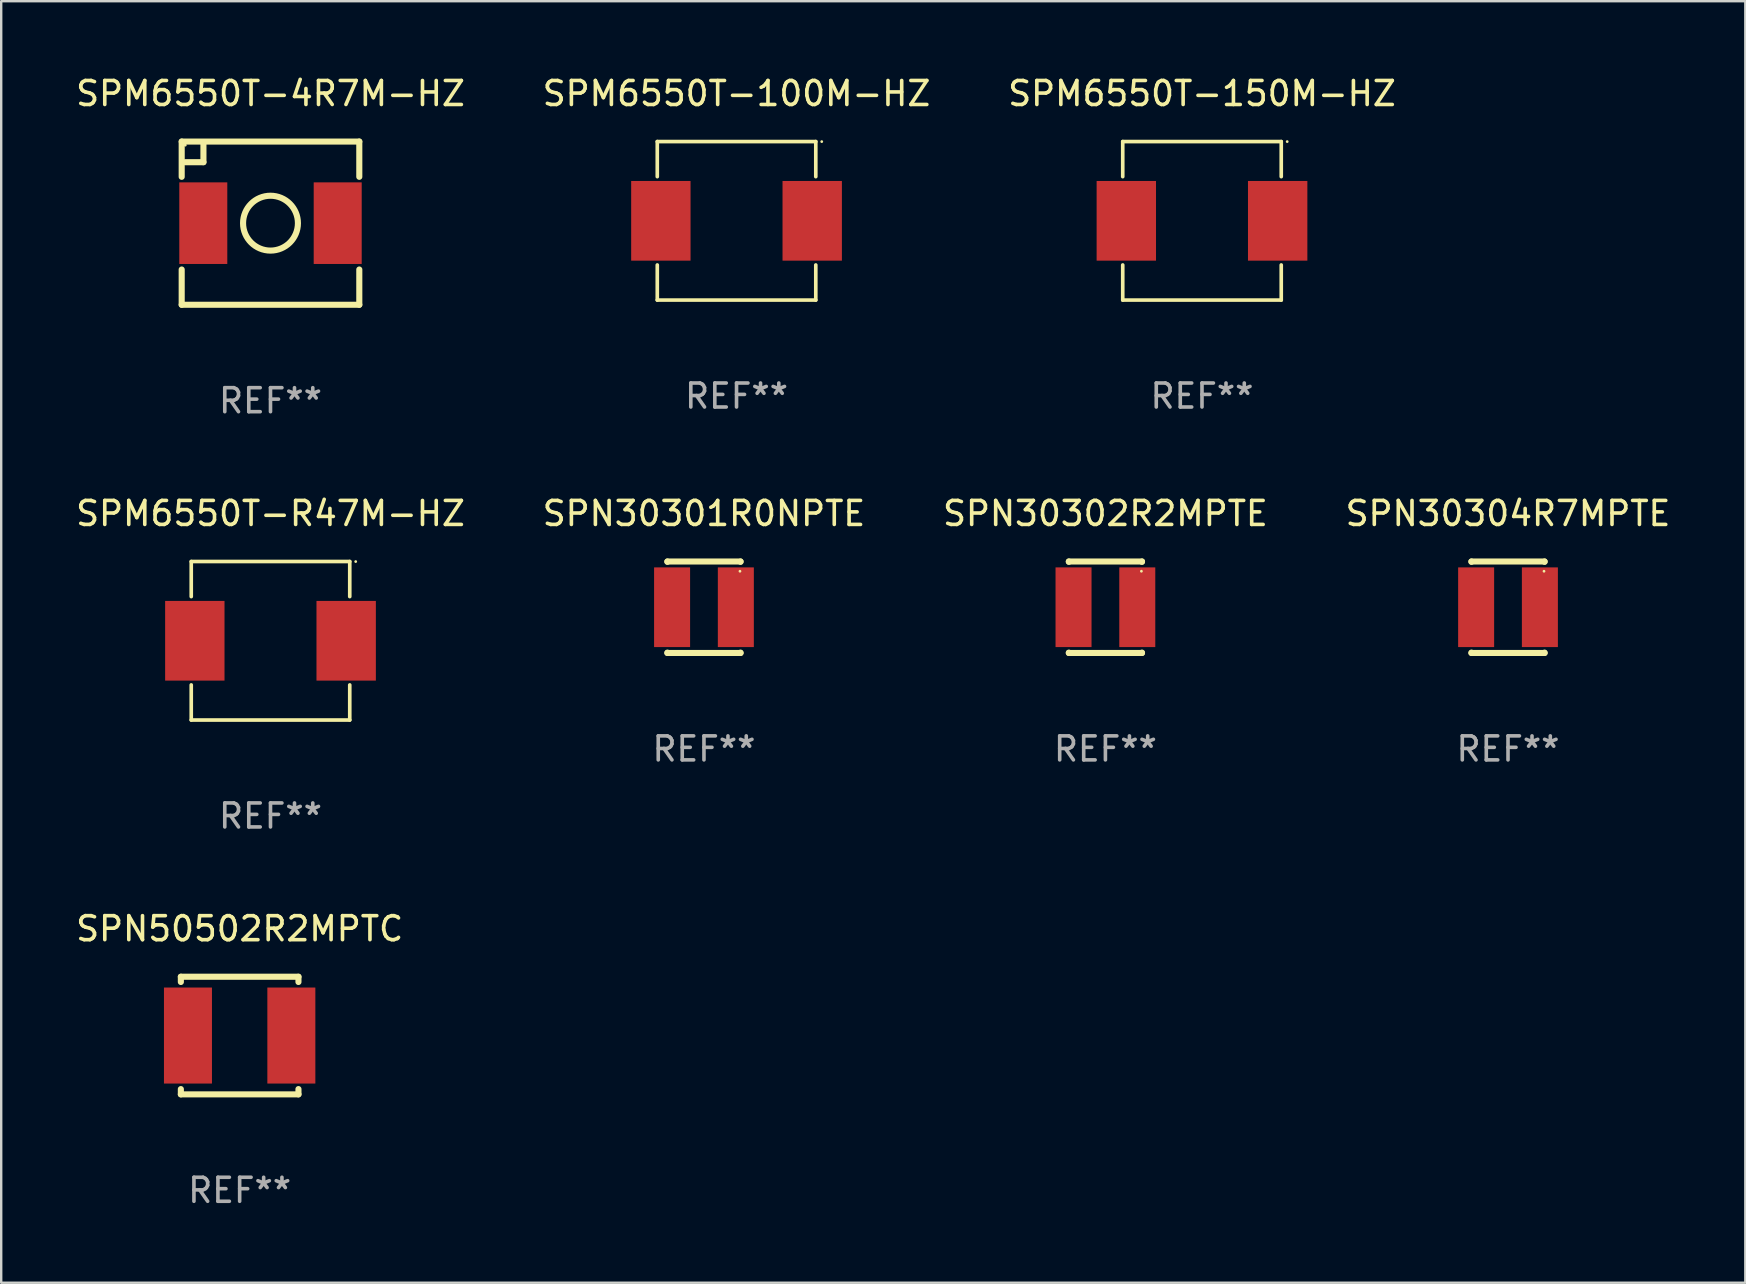
<source format=kicad_pcb>
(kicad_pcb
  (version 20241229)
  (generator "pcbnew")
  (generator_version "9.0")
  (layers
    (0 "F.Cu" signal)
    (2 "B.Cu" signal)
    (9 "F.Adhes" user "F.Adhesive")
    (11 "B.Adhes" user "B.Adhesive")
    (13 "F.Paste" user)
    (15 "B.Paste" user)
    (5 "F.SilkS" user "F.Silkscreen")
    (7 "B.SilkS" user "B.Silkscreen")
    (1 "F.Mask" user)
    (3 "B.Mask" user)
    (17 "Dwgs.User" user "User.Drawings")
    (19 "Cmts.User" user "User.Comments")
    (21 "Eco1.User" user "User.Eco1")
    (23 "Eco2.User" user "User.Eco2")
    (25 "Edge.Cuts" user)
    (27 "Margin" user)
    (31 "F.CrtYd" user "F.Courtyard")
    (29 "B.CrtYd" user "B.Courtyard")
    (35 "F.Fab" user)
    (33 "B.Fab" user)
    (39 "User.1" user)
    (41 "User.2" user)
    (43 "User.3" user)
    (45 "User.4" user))
  (footprint "SPM6550T-4R7M-HZ"
    (layer "F.Cu")
    (at 8.22 6.248)
    (property "Reference" "SPM6550T-4R7M-HZ" (at 0 -5.4 0) (layer "F.SilkS") (effects (font (size 1 1) (thickness 0.15))))
    (attr through_hole)
    (fp_line (start -3.7 -3.4) (end 3.7 -3.4) (stroke (width 0.254) (type solid)) (layer "F.SilkS"))
    (fp_line (start -3.7 -1.931) (end -3.7 -3.4) (stroke (width 0.254) (type solid)) (layer "F.SilkS"))
    (fp_line (start -3.7 3.4) (end -3.7 1.931) (stroke (width 0.254) (type solid)) (layer "F.SilkS"))
    (fp_line (start -2.794 -3.302) (end -2.794 -2.54) (stroke (width 0.254) (type solid)) (layer "F.SilkS"))
    (fp_line (start -2.794 -2.54) (end -3.556 -2.54) (stroke (width 0.254) (type solid)) (layer "F.SilkS"))
    (fp_line (start 3.7 -3.4) (end 3.7 -1.931) (stroke (width 0.254) (type solid)) (layer "F.SilkS"))
    (fp_line (start 3.7 1.931) (end 3.7 3.4) (stroke (width 0.254) (type solid)) (layer "F.SilkS"))
    (fp_line (start 3.7 3.4) (end -3.7 3.4) (stroke (width 0.254) (type solid)) (layer "F.SilkS"))
    (fp_circle (center -3.55 -3.25) (end -3.52 -3.25) (stroke (width 0.06) (type solid)) (fill no) (layer "F.SilkS"))
    (fp_circle (center 0 0) (end 1.143 0) (stroke (width 0.254) (type solid)) (fill no) (layer "F.SilkS"))
    (fp_text user "REF**" (at 0 7.4 0) (layer "F.Fab") (effects (font (size 1 1) (thickness 0.15))))
    (pad "1" smd rect (at -2.8 0) (size 2 3.4) (layers "F.Cu" "F.Mask" "F.Paste"))
    (pad "2" smd rect (at 2.8 0) (size 2 3.4) (layers "F.Cu" "F.Mask" "F.Paste")))
  (footprint "SPN30302R2MPTE"
    (layer "F.Cu")
    (at 43.006 22.25)
    (property "Reference" "SPN30302R2MPTE" (at 0 -3.905 0) (layer "F.SilkS") (effects (font (size 1 1) (thickness 0.15))))
    (attr through_hole)
    (fp_line (start -1.524 -1.905) (end 1.524 -1.905) (stroke (width 0.254) (type solid)) (layer "F.SilkS"))
    (fp_line (start -1.524 -1.891) (end -1.524 -1.905) (stroke (width 0.254) (type solid)) (layer "F.SilkS"))
    (fp_line (start -1.524 1.905) (end -1.524 1.891) (stroke (width 0.254) (type solid)) (layer "F.SilkS"))
    (fp_line (start -1.524 1.905) (end 1.524 1.905) (stroke (width 0.254) (type solid)) (layer "F.SilkS"))
    (fp_line (start 1.524 -1.905) (end 1.524 -1.891) (stroke (width 0.254) (type solid)) (layer "F.SilkS"))
    (fp_line (start 1.524 1.891) (end 1.524 1.905) (stroke (width 0.254) (type solid)) (layer "F.SilkS"))
    (fp_circle (center 1.5 -1.5) (end 1.53 -1.5) (stroke (width 0.06) (type solid)) (fill no) (layer "F.SilkS"))
    (fp_text user "REF**" (at 0 5.905 0) (layer "F.Fab") (effects (font (size 1 1) (thickness 0.15))))
    (pad "1" smd rect (at 1.328 0) (size 1.5 3.32) (layers "F.Cu" "F.Mask" "F.Paste"))
    (pad "2" smd rect (at -1.328 0) (size 1.5 3.32) (layers "F.Cu" "F.Mask" "F.Paste")))
  (footprint "SPN30304R7MPTE"
    (layer "F.Cu")
    (at 59.78 22.25)
    (property "Reference" "SPN30304R7MPTE" (at 0 -3.905 0) (layer "F.SilkS") (effects (font (size 1 1) (thickness 0.15))))
    (attr through_hole)
    (fp_line (start -1.524 -1.905) (end 1.524 -1.905) (stroke (width 0.254) (type solid)) (layer "F.SilkS"))
    (fp_line (start -1.524 -1.891) (end -1.524 -1.905) (stroke (width 0.254) (type solid)) (layer "F.SilkS"))
    (fp_line (start -1.524 1.905) (end -1.524 1.891) (stroke (width 0.254) (type solid)) (layer "F.SilkS"))
    (fp_line (start -1.524 1.905) (end 1.524 1.905) (stroke (width 0.254) (type solid)) (layer "F.SilkS"))
    (fp_line (start 1.524 -1.905) (end 1.524 -1.891) (stroke (width 0.254) (type solid)) (layer "F.SilkS"))
    (fp_line (start 1.524 1.891) (end 1.524 1.905) (stroke (width 0.254) (type solid)) (layer "F.SilkS"))
    (fp_circle (center 1.5 -1.5) (end 1.53 -1.5) (stroke (width 0.06) (type solid)) (fill no) (layer "F.SilkS"))
    (fp_text user "REF**" (at 0 5.905 0) (layer "F.Fab") (effects (font (size 1 1) (thickness 0.15))))
    (pad "1" smd rect (at 1.328 0) (size 1.5 3.32) (layers "F.Cu" "F.Mask" "F.Paste"))
    (pad "2" smd rect (at -1.328 0) (size 1.5 3.32) (layers "F.Cu" "F.Mask" "F.Paste")))
  (footprint "SPN30301R0NPTE"
    (layer "F.Cu")
    (at 26.28 22.25)
    (property "Reference" "SPN30301R0NPTE" (at 0 -3.905 0) (layer "F.SilkS") (effects (font (size 1 1) (thickness 0.15))))
    (attr through_hole)
    (fp_line (start -1.524 -1.905) (end 1.524 -1.905) (stroke (width 0.254) (type solid)) (layer "F.SilkS"))
    (fp_line (start -1.524 -1.891) (end -1.524 -1.905) (stroke (width 0.254) (type solid)) (layer "F.SilkS"))
    (fp_line (start -1.524 1.905) (end -1.524 1.891) (stroke (width 0.254) (type solid)) (layer "F.SilkS"))
    (fp_line (start -1.524 1.905) (end 1.524 1.905) (stroke (width 0.254) (type solid)) (layer "F.SilkS"))
    (fp_line (start 1.524 -1.905) (end 1.524 -1.891) (stroke (width 0.254) (type solid)) (layer "F.SilkS"))
    (fp_line (start 1.524 1.891) (end 1.524 1.905) (stroke (width 0.254) (type solid)) (layer "F.SilkS"))
    (fp_circle (center 1.5 -1.5) (end 1.53 -1.5) (stroke (width 0.06) (type solid)) (fill no) (layer "F.SilkS"))
    (fp_text user "REF**" (at 0 5.905 0) (layer "F.Fab") (effects (font (size 1 1) (thickness 0.15))))
    (pad "1" smd rect (at 1.328 0) (size 1.5 3.32) (layers "F.Cu" "F.Mask" "F.Paste"))
    (pad "2" smd rect (at -1.328 0) (size 1.5 3.32) (layers "F.Cu" "F.Mask" "F.Paste")))
  (footprint "SPN50502R2MPTC"
    (layer "F.Cu")
    (at 6.935 40.095)
    (property "Reference" "SPN50502R2MPTC" (at 0 -4.45 0) (layer "F.SilkS") (effects (font (size 1 1) (thickness 0.15))))
    (attr through_hole)
    (fp_line (start -2.45 -2.45) (end 2.45 -2.45) (stroke (width 0.254) (type solid)) (layer "F.SilkS"))
    (fp_line (start -2.45 -2.231) (end -2.45 -2.45) (stroke (width 0.254) (type solid)) (layer "F.SilkS"))
    (fp_line (start -2.45 2.45) (end -2.45 2.231) (stroke (width 0.254) (type solid)) (layer "F.SilkS"))
    (fp_line (start -2.45 2.45) (end 2.45 2.45) (stroke (width 0.254) (type solid)) (layer "F.SilkS"))
    (fp_line (start 2.45 -2.45) (end 2.45 -2.231) (stroke (width 0.254) (type solid)) (layer "F.SilkS"))
    (fp_line (start 2.45 2.231) (end 2.45 2.45) (stroke (width 0.254) (type solid)) (layer "F.SilkS"))
    (fp_circle (center -2.45 2.45) (end -2.42 2.45) (stroke (width 0.06) (type solid)) (fill no) (layer "F.SilkS"))
    (fp_text user "REF**" (at 0 6.45 0) (layer "F.Fab") (effects (font (size 1 1) (thickness 0.15))))
    (pad "1" smd rect (at -2.154 0) (size 2 4) (layers "F.Cu" "F.Mask" "F.Paste"))
    (pad "2" smd rect (at 2.154 0) (size 2 4) (layers "F.Cu" "F.Mask" "F.Paste")))
  (footprint "SPM6550T-150M-HZ"
    (layer "F.Cu")
    (at 47.03 6.15)
    (property "Reference" "SPM6550T-150M-HZ" (at 0 -5.302 0) (layer "F.SilkS") (effects (font (size 1 1) (thickness 0.15))))
    (attr through_hole)
    (fp_line (start -3.302 -3.302) (end -3.302 -1.84) (stroke (width 0.152) (type solid)) (layer "F.SilkS"))
    (fp_line (start -3.302 1.84) (end -3.302 3.302) (stroke (width 0.152) (type solid)) (layer "F.SilkS"))
    (fp_line (start -3.302 3.302) (end 3.302 3.302) (stroke (width 0.152) (type solid)) (layer "F.SilkS"))
    (fp_line (start 3.302 -3.302) (end -3.302 -3.302) (stroke (width 0.152) (type solid)) (layer "F.SilkS"))
    (fp_line (start 3.302 -1.84) (end 3.302 -3.302) (stroke (width 0.152) (type solid)) (layer "F.SilkS"))
    (fp_line (start 3.302 3.302) (end 3.302 1.84) (stroke (width 0.152) (type solid)) (layer "F.SilkS"))
    (fp_circle (center 3.55 -3.3) (end 3.58 -3.3) (stroke (width 0.06) (type solid)) (fill no) (layer "F.SilkS"))
    (fp_text user "REF**" (at 0 7.302 0) (layer "F.Fab") (effects (font (size 1 1) (thickness 0.15))))
    (pad "1" smd rect (at 3.153 0) (size 2.474 3.32) (layers "F.Cu" "F.Mask" "F.Paste"))
    (pad "2" smd rect (at -3.153 0) (size 2.474 3.32) (layers "F.Cu" "F.Mask" "F.Paste")))
  (footprint "SPM6550T-100M-HZ"
    (layer "F.Cu")
    (at 27.637 6.15)
    (property "Reference" "SPM6550T-100M-HZ" (at 0 -5.302 0) (layer "F.SilkS") (effects (font (size 1 1) (thickness 0.15))))
    (attr through_hole)
    (fp_line (start -3.302 -3.302) (end -3.302 -1.84) (stroke (width 0.152) (type solid)) (layer "F.SilkS"))
    (fp_line (start -3.302 1.84) (end -3.302 3.302) (stroke (width 0.152) (type solid)) (layer "F.SilkS"))
    (fp_line (start -3.302 3.302) (end 3.302 3.302) (stroke (width 0.152) (type solid)) (layer "F.SilkS"))
    (fp_line (start 3.302 -3.302) (end -3.302 -3.302) (stroke (width 0.152) (type solid)) (layer "F.SilkS"))
    (fp_line (start 3.302 -1.84) (end 3.302 -3.302) (stroke (width 0.152) (type solid)) (layer "F.SilkS"))
    (fp_line (start 3.302 3.302) (end 3.302 1.84) (stroke (width 0.152) (type solid)) (layer "F.SilkS"))
    (fp_circle (center 3.55 -3.3) (end 3.58 -3.3) (stroke (width 0.06) (type solid)) (fill no) (layer "F.SilkS"))
    (fp_text user "REF**" (at 0 7.302 0) (layer "F.Fab") (effects (font (size 1 1) (thickness 0.15))))
    (pad "1" smd rect (at 3.153 0) (size 2.474 3.32) (layers "F.Cu" "F.Mask" "F.Paste"))
    (pad "2" smd rect (at -3.153 0) (size 2.474 3.32) (layers "F.Cu" "F.Mask" "F.Paste")))
  (footprint "SPM6550T-R47M-HZ"
    (layer "F.Cu")
    (at 8.22 23.647)
    (property "Reference" "SPM6550T-R47M-HZ" (at 0 -5.302 0) (layer "F.SilkS") (effects (font (size 1 1) (thickness 0.15))))
    (attr through_hole)
    (fp_line (start -3.302 -3.302) (end -3.302 -1.84) (stroke (width 0.152) (type solid)) (layer "F.SilkS"))
    (fp_line (start -3.302 1.84) (end -3.302 3.302) (stroke (width 0.152) (type solid)) (layer "F.SilkS"))
    (fp_line (start -3.302 3.302) (end 3.302 3.302) (stroke (width 0.152) (type solid)) (layer "F.SilkS"))
    (fp_line (start 3.302 -3.302) (end -3.302 -3.302) (stroke (width 0.152) (type solid)) (layer "F.SilkS"))
    (fp_line (start 3.302 -1.84) (end 3.302 -3.302) (stroke (width 0.152) (type solid)) (layer "F.SilkS"))
    (fp_line (start 3.302 3.302) (end 3.302 1.84) (stroke (width 0.152) (type solid)) (layer "F.SilkS"))
    (fp_circle (center 3.55 -3.3) (end 3.58 -3.3) (stroke (width 0.06) (type solid)) (fill no) (layer "F.SilkS"))
    (fp_text user "REF**" (at 0 7.302 0) (layer "F.Fab") (effects (font (size 1 1) (thickness 0.15))))
    (pad "1" smd rect (at 3.153 0) (size 2.474 3.32) (layers "F.Cu" "F.Mask" "F.Paste"))
    (pad "2" smd rect (at -3.153 0) (size 2.474 3.32) (layers "F.Cu" "F.Mask" "F.Paste")))
  (gr_rect
    (start -3 -3)
    (end 69.667 50.394)
    (stroke (width 0.1) (type default))
    (fill no)
    (layer "Edge.Cuts")))
</source>
